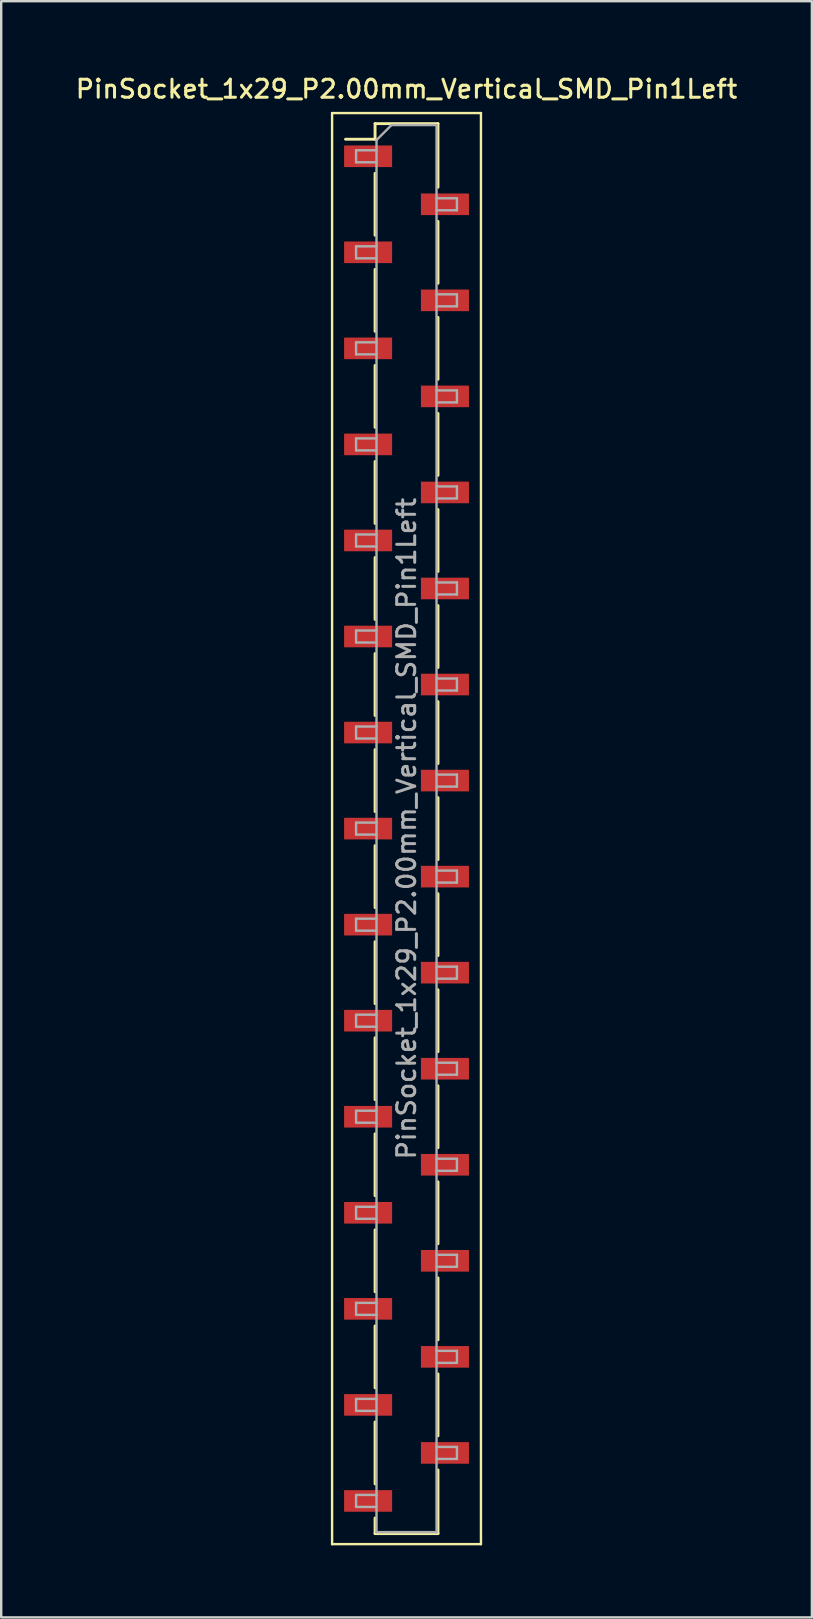
<source format=kicad_pcb>
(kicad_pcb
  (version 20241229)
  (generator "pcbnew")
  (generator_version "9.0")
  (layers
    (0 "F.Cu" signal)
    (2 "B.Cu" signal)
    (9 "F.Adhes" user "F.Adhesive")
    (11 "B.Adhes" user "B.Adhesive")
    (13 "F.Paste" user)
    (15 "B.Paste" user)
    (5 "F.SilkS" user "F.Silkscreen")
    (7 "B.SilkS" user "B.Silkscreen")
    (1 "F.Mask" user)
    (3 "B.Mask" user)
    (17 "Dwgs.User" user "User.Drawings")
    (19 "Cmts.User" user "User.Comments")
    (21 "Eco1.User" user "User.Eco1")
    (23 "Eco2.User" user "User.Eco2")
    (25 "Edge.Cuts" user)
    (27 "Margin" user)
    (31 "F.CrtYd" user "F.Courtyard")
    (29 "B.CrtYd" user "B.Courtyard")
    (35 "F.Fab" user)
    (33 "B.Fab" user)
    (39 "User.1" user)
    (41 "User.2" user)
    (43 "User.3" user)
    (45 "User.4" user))
  (footprint "PinSocket_1x29_P2.00mm_Vertical_SMD_Pin1Left"
    (layer "F.Cu")
    (at 13.88 31.458)
    (property "Reference" "PinSocket_1x29_P2.00mm_Vertical_SMD_Pin1Left" (at 0 -30.8 0) (layer "F.SilkS") (effects (font (size 0.75 0.75) (thickness 0.125))))
    (attr smd)
    (fp_line (start -3.1 -29.8) (end 3.1 -29.8) (stroke (width 0.1) (type solid)) (layer "F.SilkS"))
    (fp_line (start -3.1 29.8) (end -3.1 -29.8) (stroke (width 0.1) (type solid)) (layer "F.SilkS"))
    (fp_line (start -2.54 -28.71) (end -1.31 -28.71) (stroke (width 0.12) (type solid)) (layer "F.SilkS"))
    (fp_line (start -1.31 -29.36) (end -1.31 -28.71) (stroke (width 0.12) (type solid)) (layer "F.SilkS"))
    (fp_line (start -1.31 -29.36) (end 1.31 -29.36) (stroke (width 0.12) (type solid)) (layer "F.SilkS"))
    (fp_line (start -1.31 -27.29) (end -1.31 -24.71) (stroke (width 0.12) (type solid)) (layer "F.SilkS"))
    (fp_line (start -1.31 -23.29) (end -1.31 -20.71) (stroke (width 0.12) (type solid)) (layer "F.SilkS"))
    (fp_line (start -1.31 -19.29) (end -1.31 -16.71) (stroke (width 0.12) (type solid)) (layer "F.SilkS"))
    (fp_line (start -1.31 -15.29) (end -1.31 -12.71) (stroke (width 0.12) (type solid)) (layer "F.SilkS"))
    (fp_line (start -1.31 -11.29) (end -1.31 -8.71) (stroke (width 0.12) (type solid)) (layer "F.SilkS"))
    (fp_line (start -1.31 -7.29) (end -1.31 -4.71) (stroke (width 0.12) (type solid)) (layer "F.SilkS"))
    (fp_line (start -1.31 -3.29) (end -1.31 -0.71) (stroke (width 0.12) (type solid)) (layer "F.SilkS"))
    (fp_line (start -1.31 0.71) (end -1.31 3.29) (stroke (width 0.12) (type solid)) (layer "F.SilkS"))
    (fp_line (start -1.31 4.71) (end -1.31 7.29) (stroke (width 0.12) (type solid)) (layer "F.SilkS"))
    (fp_line (start -1.31 8.71) (end -1.31 11.29) (stroke (width 0.12) (type solid)) (layer "F.SilkS"))
    (fp_line (start -1.31 12.71) (end -1.31 15.29) (stroke (width 0.12) (type solid)) (layer "F.SilkS"))
    (fp_line (start -1.31 16.71) (end -1.31 19.29) (stroke (width 0.12) (type solid)) (layer "F.SilkS"))
    (fp_line (start -1.31 20.71) (end -1.31 23.29) (stroke (width 0.12) (type solid)) (layer "F.SilkS"))
    (fp_line (start -1.31 24.71) (end -1.31 27.29) (stroke (width 0.12) (type solid)) (layer "F.SilkS"))
    (fp_line (start -1.31 28.71) (end -1.31 29.36) (stroke (width 0.12) (type solid)) (layer "F.SilkS"))
    (fp_line (start -1.31 29.36) (end 1.31 29.36) (stroke (width 0.12) (type solid)) (layer "F.SilkS"))
    (fp_line (start 1.31 -29.36) (end 1.31 -26.71) (stroke (width 0.12) (type solid)) (layer "F.SilkS"))
    (fp_line (start 1.31 -25.29) (end 1.31 -22.71) (stroke (width 0.12) (type solid)) (layer "F.SilkS"))
    (fp_line (start 1.31 -21.29) (end 1.31 -18.71) (stroke (width 0.12) (type solid)) (layer "F.SilkS"))
    (fp_line (start 1.31 -17.29) (end 1.31 -14.71) (stroke (width 0.12) (type solid)) (layer "F.SilkS"))
    (fp_line (start 1.31 -13.29) (end 1.31 -10.71) (stroke (width 0.12) (type solid)) (layer "F.SilkS"))
    (fp_line (start 1.31 -9.29) (end 1.31 -6.71) (stroke (width 0.12) (type solid)) (layer "F.SilkS"))
    (fp_line (start 1.31 -5.29) (end 1.31 -2.71) (stroke (width 0.12) (type solid)) (layer "F.SilkS"))
    (fp_line (start 1.31 -1.29) (end 1.31 1.29) (stroke (width 0.12) (type solid)) (layer "F.SilkS"))
    (fp_line (start 1.31 2.71) (end 1.31 5.29) (stroke (width 0.12) (type solid)) (layer "F.SilkS"))
    (fp_line (start 1.31 6.71) (end 1.31 9.29) (stroke (width 0.12) (type solid)) (layer "F.SilkS"))
    (fp_line (start 1.31 10.71) (end 1.31 13.29) (stroke (width 0.12) (type solid)) (layer "F.SilkS"))
    (fp_line (start 1.31 14.71) (end 1.31 17.29) (stroke (width 0.12) (type solid)) (layer "F.SilkS"))
    (fp_line (start 1.31 18.71) (end 1.31 21.29) (stroke (width 0.12) (type solid)) (layer "F.SilkS"))
    (fp_line (start 1.31 22.71) (end 1.31 25.29) (stroke (width 0.12) (type solid)) (layer "F.SilkS"))
    (fp_line (start 1.31 26.71) (end 1.31 29.36) (stroke (width 0.12) (type solid)) (layer "F.SilkS"))
    (fp_line (start 3.1 -29.8) (end 3.1 29.8) (stroke (width 0.1) (type solid)) (layer "F.SilkS"))
    (fp_line (start 3.1 29.8) (end -3.1 29.8) (stroke (width 0.1) (type solid)) (layer "F.SilkS"))
    (fp_line (start -2.1 -28.25) (end -1.25 -28.25) (stroke (width 0.1) (type solid)) (layer "F.Fab"))
    (fp_line (start -2.1 -27.75) (end -2.1 -28.25) (stroke (width 0.1) (type solid)) (layer "F.Fab"))
    (fp_line (start -2.1 -24.25) (end -1.25 -24.25) (stroke (width 0.1) (type solid)) (layer "F.Fab"))
    (fp_line (start -2.1 -23.75) (end -2.1 -24.25) (stroke (width 0.1) (type solid)) (layer "F.Fab"))
    (fp_line (start -2.1 -20.25) (end -1.25 -20.25) (stroke (width 0.1) (type solid)) (layer "F.Fab"))
    (fp_line (start -2.1 -19.75) (end -2.1 -20.25) (stroke (width 0.1) (type solid)) (layer "F.Fab"))
    (fp_line (start -2.1 -16.25) (end -1.25 -16.25) (stroke (width 0.1) (type solid)) (layer "F.Fab"))
    (fp_line (start -2.1 -15.75) (end -2.1 -16.25) (stroke (width 0.1) (type solid)) (layer "F.Fab"))
    (fp_line (start -2.1 -12.25) (end -1.25 -12.25) (stroke (width 0.1) (type solid)) (layer "F.Fab"))
    (fp_line (start -2.1 -11.75) (end -2.1 -12.25) (stroke (width 0.1) (type solid)) (layer "F.Fab"))
    (fp_line (start -2.1 -8.25) (end -1.25 -8.25) (stroke (width 0.1) (type solid)) (layer "F.Fab"))
    (fp_line (start -2.1 -7.75) (end -2.1 -8.25) (stroke (width 0.1) (type solid)) (layer "F.Fab"))
    (fp_line (start -2.1 -4.25) (end -1.25 -4.25) (stroke (width 0.1) (type solid)) (layer "F.Fab"))
    (fp_line (start -2.1 -3.75) (end -2.1 -4.25) (stroke (width 0.1) (type solid)) (layer "F.Fab"))
    (fp_line (start -2.1 -0.25) (end -1.25 -0.25) (stroke (width 0.1) (type solid)) (layer "F.Fab"))
    (fp_line (start -2.1 0.25) (end -2.1 -0.25) (stroke (width 0.1) (type solid)) (layer "F.Fab"))
    (fp_line (start -2.1 3.75) (end -1.25 3.75) (stroke (width 0.1) (type solid)) (layer "F.Fab"))
    (fp_line (start -2.1 4.25) (end -2.1 3.75) (stroke (width 0.1) (type solid)) (layer "F.Fab"))
    (fp_line (start -2.1 7.75) (end -1.25 7.75) (stroke (width 0.1) (type solid)) (layer "F.Fab"))
    (fp_line (start -2.1 8.25) (end -2.1 7.75) (stroke (width 0.1) (type solid)) (layer "F.Fab"))
    (fp_line (start -2.1 11.75) (end -1.25 11.75) (stroke (width 0.1) (type solid)) (layer "F.Fab"))
    (fp_line (start -2.1 12.25) (end -2.1 11.75) (stroke (width 0.1) (type solid)) (layer "F.Fab"))
    (fp_line (start -2.1 15.75) (end -1.25 15.75) (stroke (width 0.1) (type solid)) (layer "F.Fab"))
    (fp_line (start -2.1 16.25) (end -2.1 15.75) (stroke (width 0.1) (type solid)) (layer "F.Fab"))
    (fp_line (start -2.1 19.75) (end -1.25 19.75) (stroke (width 0.1) (type solid)) (layer "F.Fab"))
    (fp_line (start -2.1 20.25) (end -2.1 19.75) (stroke (width 0.1) (type solid)) (layer "F.Fab"))
    (fp_line (start -2.1 23.75) (end -1.25 23.75) (stroke (width 0.1) (type solid)) (layer "F.Fab"))
    (fp_line (start -2.1 24.25) (end -2.1 23.75) (stroke (width 0.1) (type solid)) (layer "F.Fab"))
    (fp_line (start -2.1 27.75) (end -1.25 27.75) (stroke (width 0.1) (type solid)) (layer "F.Fab"))
    (fp_line (start -2.1 28.25) (end -2.1 27.75) (stroke (width 0.1) (type solid)) (layer "F.Fab"))
    (fp_line (start -1.25 -28.675) (end -0.625 -29.3) (stroke (width 0.1) (type solid)) (layer "F.Fab"))
    (fp_line (start -1.25 -27.75) (end -2.1 -27.75) (stroke (width 0.1) (type solid)) (layer "F.Fab"))
    (fp_line (start -1.25 -23.75) (end -2.1 -23.75) (stroke (width 0.1) (type solid)) (layer "F.Fab"))
    (fp_line (start -1.25 -19.75) (end -2.1 -19.75) (stroke (width 0.1) (type solid)) (layer "F.Fab"))
    (fp_line (start -1.25 -15.75) (end -2.1 -15.75) (stroke (width 0.1) (type solid)) (layer "F.Fab"))
    (fp_line (start -1.25 -11.75) (end -2.1 -11.75) (stroke (width 0.1) (type solid)) (layer "F.Fab"))
    (fp_line (start -1.25 -7.75) (end -2.1 -7.75) (stroke (width 0.1) (type solid)) (layer "F.Fab"))
    (fp_line (start -1.25 -3.75) (end -2.1 -3.75) (stroke (width 0.1) (type solid)) (layer "F.Fab"))
    (fp_line (start -1.25 0.25) (end -2.1 0.25) (stroke (width 0.1) (type solid)) (layer "F.Fab"))
    (fp_line (start -1.25 4.25) (end -2.1 4.25) (stroke (width 0.1) (type solid)) (layer "F.Fab"))
    (fp_line (start -1.25 8.25) (end -2.1 8.25) (stroke (width 0.1) (type solid)) (layer "F.Fab"))
    (fp_line (start -1.25 12.25) (end -2.1 12.25) (stroke (width 0.1) (type solid)) (layer "F.Fab"))
    (fp_line (start -1.25 16.25) (end -2.1 16.25) (stroke (width 0.1) (type solid)) (layer "F.Fab"))
    (fp_line (start -1.25 20.25) (end -2.1 20.25) (stroke (width 0.1) (type solid)) (layer "F.Fab"))
    (fp_line (start -1.25 24.25) (end -2.1 24.25) (stroke (width 0.1) (type solid)) (layer "F.Fab"))
    (fp_line (start -1.25 28.25) (end -2.1 28.25) (stroke (width 0.1) (type solid)) (layer "F.Fab"))
    (fp_line (start -1.25 29.3) (end -1.25 -28.675) (stroke (width 0.1) (type solid)) (layer "F.Fab"))
    (fp_line (start -0.625 -29.3) (end 1.25 -29.3) (stroke (width 0.1) (type solid)) (layer "F.Fab"))
    (fp_line (start 1.25 -29.3) (end 1.25 29.3) (stroke (width 0.1) (type solid)) (layer "F.Fab"))
    (fp_line (start 1.25 -26.25) (end 2.1 -26.25) (stroke (width 0.1) (type solid)) (layer "F.Fab"))
    (fp_line (start 1.25 -22.25) (end 2.1 -22.25) (stroke (width 0.1) (type solid)) (layer "F.Fab"))
    (fp_line (start 1.25 -18.25) (end 2.1 -18.25) (stroke (width 0.1) (type solid)) (layer "F.Fab"))
    (fp_line (start 1.25 -14.25) (end 2.1 -14.25) (stroke (width 0.1) (type solid)) (layer "F.Fab"))
    (fp_line (start 1.25 -10.25) (end 2.1 -10.25) (stroke (width 0.1) (type solid)) (layer "F.Fab"))
    (fp_line (start 1.25 -6.25) (end 2.1 -6.25) (stroke (width 0.1) (type solid)) (layer "F.Fab"))
    (fp_line (start 1.25 -2.25) (end 2.1 -2.25) (stroke (width 0.1) (type solid)) (layer "F.Fab"))
    (fp_line (start 1.25 1.75) (end 2.1 1.75) (stroke (width 0.1) (type solid)) (layer "F.Fab"))
    (fp_line (start 1.25 5.75) (end 2.1 5.75) (stroke (width 0.1) (type solid)) (layer "F.Fab"))
    (fp_line (start 1.25 9.75) (end 2.1 9.75) (stroke (width 0.1) (type solid)) (layer "F.Fab"))
    (fp_line (start 1.25 13.75) (end 2.1 13.75) (stroke (width 0.1) (type solid)) (layer "F.Fab"))
    (fp_line (start 1.25 17.75) (end 2.1 17.75) (stroke (width 0.1) (type solid)) (layer "F.Fab"))
    (fp_line (start 1.25 21.75) (end 2.1 21.75) (stroke (width 0.1) (type solid)) (layer "F.Fab"))
    (fp_line (start 1.25 25.75) (end 2.1 25.75) (stroke (width 0.1) (type solid)) (layer "F.Fab"))
    (fp_line (start 1.25 29.3) (end -1.25 29.3) (stroke (width 0.1) (type solid)) (layer "F.Fab"))
    (fp_line (start 2.1 -26.25) (end 2.1 -25.75) (stroke (width 0.1) (type solid)) (layer "F.Fab"))
    (fp_line (start 2.1 -25.75) (end 1.25 -25.75) (stroke (width 0.1) (type solid)) (layer "F.Fab"))
    (fp_line (start 2.1 -22.25) (end 2.1 -21.75) (stroke (width 0.1) (type solid)) (layer "F.Fab"))
    (fp_line (start 2.1 -21.75) (end 1.25 -21.75) (stroke (width 0.1) (type solid)) (layer "F.Fab"))
    (fp_line (start 2.1 -18.25) (end 2.1 -17.75) (stroke (width 0.1) (type solid)) (layer "F.Fab"))
    (fp_line (start 2.1 -17.75) (end 1.25 -17.75) (stroke (width 0.1) (type solid)) (layer "F.Fab"))
    (fp_line (start 2.1 -14.25) (end 2.1 -13.75) (stroke (width 0.1) (type solid)) (layer "F.Fab"))
    (fp_line (start 2.1 -13.75) (end 1.25 -13.75) (stroke (width 0.1) (type solid)) (layer "F.Fab"))
    (fp_line (start 2.1 -10.25) (end 2.1 -9.75) (stroke (width 0.1) (type solid)) (layer "F.Fab"))
    (fp_line (start 2.1 -9.75) (end 1.25 -9.75) (stroke (width 0.1) (type solid)) (layer "F.Fab"))
    (fp_line (start 2.1 -6.25) (end 2.1 -5.75) (stroke (width 0.1) (type solid)) (layer "F.Fab"))
    (fp_line (start 2.1 -5.75) (end 1.25 -5.75) (stroke (width 0.1) (type solid)) (layer "F.Fab"))
    (fp_line (start 2.1 -2.25) (end 2.1 -1.75) (stroke (width 0.1) (type solid)) (layer "F.Fab"))
    (fp_line (start 2.1 -1.75) (end 1.25 -1.75) (stroke (width 0.1) (type solid)) (layer "F.Fab"))
    (fp_line (start 2.1 1.75) (end 2.1 2.25) (stroke (width 0.1) (type solid)) (layer "F.Fab"))
    (fp_line (start 2.1 2.25) (end 1.25 2.25) (stroke (width 0.1) (type solid)) (layer "F.Fab"))
    (fp_line (start 2.1 5.75) (end 2.1 6.25) (stroke (width 0.1) (type solid)) (layer "F.Fab"))
    (fp_line (start 2.1 6.25) (end 1.25 6.25) (stroke (width 0.1) (type solid)) (layer "F.Fab"))
    (fp_line (start 2.1 9.75) (end 2.1 10.25) (stroke (width 0.1) (type solid)) (layer "F.Fab"))
    (fp_line (start 2.1 10.25) (end 1.25 10.25) (stroke (width 0.1) (type solid)) (layer "F.Fab"))
    (fp_line (start 2.1 13.75) (end 2.1 14.25) (stroke (width 0.1) (type solid)) (layer "F.Fab"))
    (fp_line (start 2.1 14.25) (end 1.25 14.25) (stroke (width 0.1) (type solid)) (layer "F.Fab"))
    (fp_line (start 2.1 17.75) (end 2.1 18.25) (stroke (width 0.1) (type solid)) (layer "F.Fab"))
    (fp_line (start 2.1 18.25) (end 1.25 18.25) (stroke (width 0.1) (type solid)) (layer "F.Fab"))
    (fp_line (start 2.1 21.75) (end 2.1 22.25) (stroke (width 0.1) (type solid)) (layer "F.Fab"))
    (fp_line (start 2.1 22.25) (end 1.25 22.25) (stroke (width 0.1) (type solid)) (layer "F.Fab"))
    (fp_line (start 2.1 25.75) (end 2.1 26.25) (stroke (width 0.1) (type solid)) (layer "F.Fab"))
    (fp_line (start 2.1 26.25) (end 1.25 26.25) (stroke (width 0.1) (type solid)) (layer "F.Fab"))
    (fp_text user "${REFERENCE}" (at 0 0 90) (layer "F.Fab") (effects (font (size 0.75 0.75) (thickness 0.125))))
    (pad "1" smd rect (at -1.6 -28) (size 2 0.9) (layers "F.Cu" "F.Mask" "F.Paste"))
    (pad "2" smd rect (at 1.6 -26) (size 2 0.9) (layers "F.Cu" "F.Mask" "F.Paste"))
    (pad "3" smd rect (at -1.6 -24) (size 2 0.9) (layers "F.Cu" "F.Mask" "F.Paste"))
    (pad "4" smd rect (at 1.6 -22) (size 2 0.9) (layers "F.Cu" "F.Mask" "F.Paste"))
    (pad "5" smd rect (at -1.6 -20) (size 2 0.9) (layers "F.Cu" "F.Mask" "F.Paste"))
    (pad "6" smd rect (at 1.6 -18) (size 2 0.9) (layers "F.Cu" "F.Mask" "F.Paste"))
    (pad "7" smd rect (at -1.6 -16) (size 2 0.9) (layers "F.Cu" "F.Mask" "F.Paste"))
    (pad "8" smd rect (at 1.6 -14) (size 2 0.9) (layers "F.Cu" "F.Mask" "F.Paste"))
    (pad "9" smd rect (at -1.6 -12) (size 2 0.9) (layers "F.Cu" "F.Mask" "F.Paste"))
    (pad "10" smd rect (at 1.6 -10) (size 2 0.9) (layers "F.Cu" "F.Mask" "F.Paste"))
    (pad "11" smd rect (at -1.6 -8) (size 2 0.9) (layers "F.Cu" "F.Mask" "F.Paste"))
    (pad "12" smd rect (at 1.6 -6) (size 2 0.9) (layers "F.Cu" "F.Mask" "F.Paste"))
    (pad "13" smd rect (at -1.6 -4) (size 2 0.9) (layers "F.Cu" "F.Mask" "F.Paste"))
    (pad "14" smd rect (at 1.6 -2) (size 2 0.9) (layers "F.Cu" "F.Mask" "F.Paste"))
    (pad "15" smd rect (at -1.6 0) (size 2 0.9) (layers "F.Cu" "F.Mask" "F.Paste"))
    (pad "16" smd rect (at 1.6 2) (size 2 0.9) (layers "F.Cu" "F.Mask" "F.Paste"))
    (pad "17" smd rect (at -1.6 4) (size 2 0.9) (layers "F.Cu" "F.Mask" "F.Paste"))
    (pad "18" smd rect (at 1.6 6) (size 2 0.9) (layers "F.Cu" "F.Mask" "F.Paste"))
    (pad "19" smd rect (at -1.6 8) (size 2 0.9) (layers "F.Cu" "F.Mask" "F.Paste"))
    (pad "20" smd rect (at 1.6 10) (size 2 0.9) (layers "F.Cu" "F.Mask" "F.Paste"))
    (pad "21" smd rect (at -1.6 12) (size 2 0.9) (layers "F.Cu" "F.Mask" "F.Paste"))
    (pad "22" smd rect (at 1.6 14) (size 2 0.9) (layers "F.Cu" "F.Mask" "F.Paste"))
    (pad "23" smd rect (at -1.6 16) (size 2 0.9) (layers "F.Cu" "F.Mask" "F.Paste"))
    (pad "24" smd rect (at 1.6 18) (size 2 0.9) (layers "F.Cu" "F.Mask" "F.Paste"))
    (pad "25" smd rect (at -1.6 20) (size 2 0.9) (layers "F.Cu" "F.Mask" "F.Paste"))
    (pad "26" smd rect (at 1.6 22) (size 2 0.9) (layers "F.Cu" "F.Mask" "F.Paste"))
    (pad "27" smd rect (at -1.6 24) (size 2 0.9) (layers "F.Cu" "F.Mask" "F.Paste"))
    (pad "28" smd rect (at 1.6 26) (size 2 0.9) (layers "F.Cu" "F.Mask" "F.Paste"))
    (pad "29" smd rect (at -1.6 28) (size 2 0.9) (layers "F.Cu" "F.Mask" "F.Paste")))
  (gr_rect
    (start -3 -3)
    (end 30.761 64.308)
    (stroke (width 0.1) (type default))
    (fill no)
    (layer "Edge.Cuts")))
</source>
